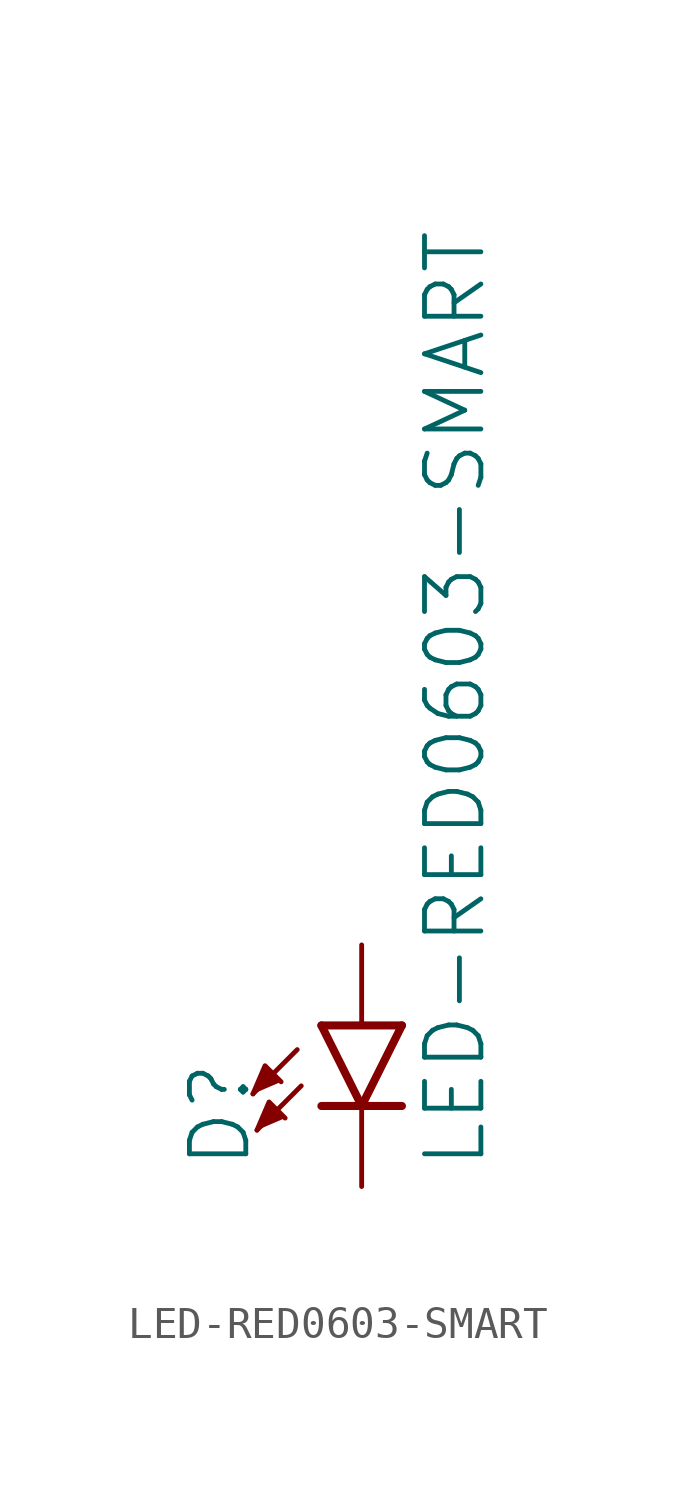
<source format=kicad_sym>
(kicad_symbol_lib
  (version 20211014)
  (generator kicad_symbol_editor)
  (symbol "LED-RED0603-SMART"
    (property "Reference" "D"
      (at -3.429 -4.572 90)
      (effects (font (size 1.778 1.778)) (justify left bottom)))
    (property "Value" "LED-RED0603-SMART"
      (at 1.905 -4.572 90)
      (effects (font (size 1.778 1.778)) (justify left top)))
    (property "ki_locked" ""
      (at 0 0 0)
      (effects (font (size 1.27 1.27))))
    (symbol "LED-RED0603-SMART_1_0"
      (polyline (pts (xy -2.032 -0.762) (xy -3.429 -2.159)) (stroke (width 0.152) (type default) (color 0 0 0 0)) (fill (type none)))
      (polyline (pts (xy -1.905 -1.905) (xy -3.302 -3.302)) (stroke (width 0.152) (type default) (color 0 0 0 0)) (fill (type none)))
      (polyline (pts (xy 0 -2.54) (xy -1.27 -2.54)) (stroke (width 0.254) (type default) (color 0 0 0 0)) (fill (type none)))
      (polyline (pts (xy 0 -2.54) (xy -1.27 0)) (stroke (width 0.254) (type default) (color 0 0 0 0)) (fill (type none)))
      (polyline (pts (xy 1.27 -2.54) (xy 0 -2.54)) (stroke (width 0.254) (type default) (color 0 0 0 0)) (fill (type none)))
      (polyline (pts (xy 1.27 0) (xy -1.27 0)) (stroke (width 0.254) (type default) (color 0 0 0 0)) (fill (type none)))
      (polyline (pts (xy 1.27 0) (xy 0 -2.54)) (stroke (width 0.254) (type default) (color 0 0 0 0)) (fill (type none)))
      (polyline (pts (xy -3.429 -2.159) (xy -3.048 -1.27) (xy -2.54 -1.778)) (stroke (width 0) (type default) (color 0 0 0 0)) (fill (type outline)))
      (polyline (pts (xy -3.302 -3.302) (xy -2.921 -2.413) (xy -2.413 -2.921)) (stroke (width 0) (type default) (color 0 0 0 0)) (fill (type outline)))
      (pin passive line (at 0 2.54 270) (length 2.54) (name "A" (effects (font (size 0 0)))) (number "A" (effects (font (size 0 0)))))
      (pin passive line (at 0 -5.08 90) (length 2.54) (name "C" (effects (font (size 0 0)))) (number "C" (effects (font (size 0 0))))))))
</source>
